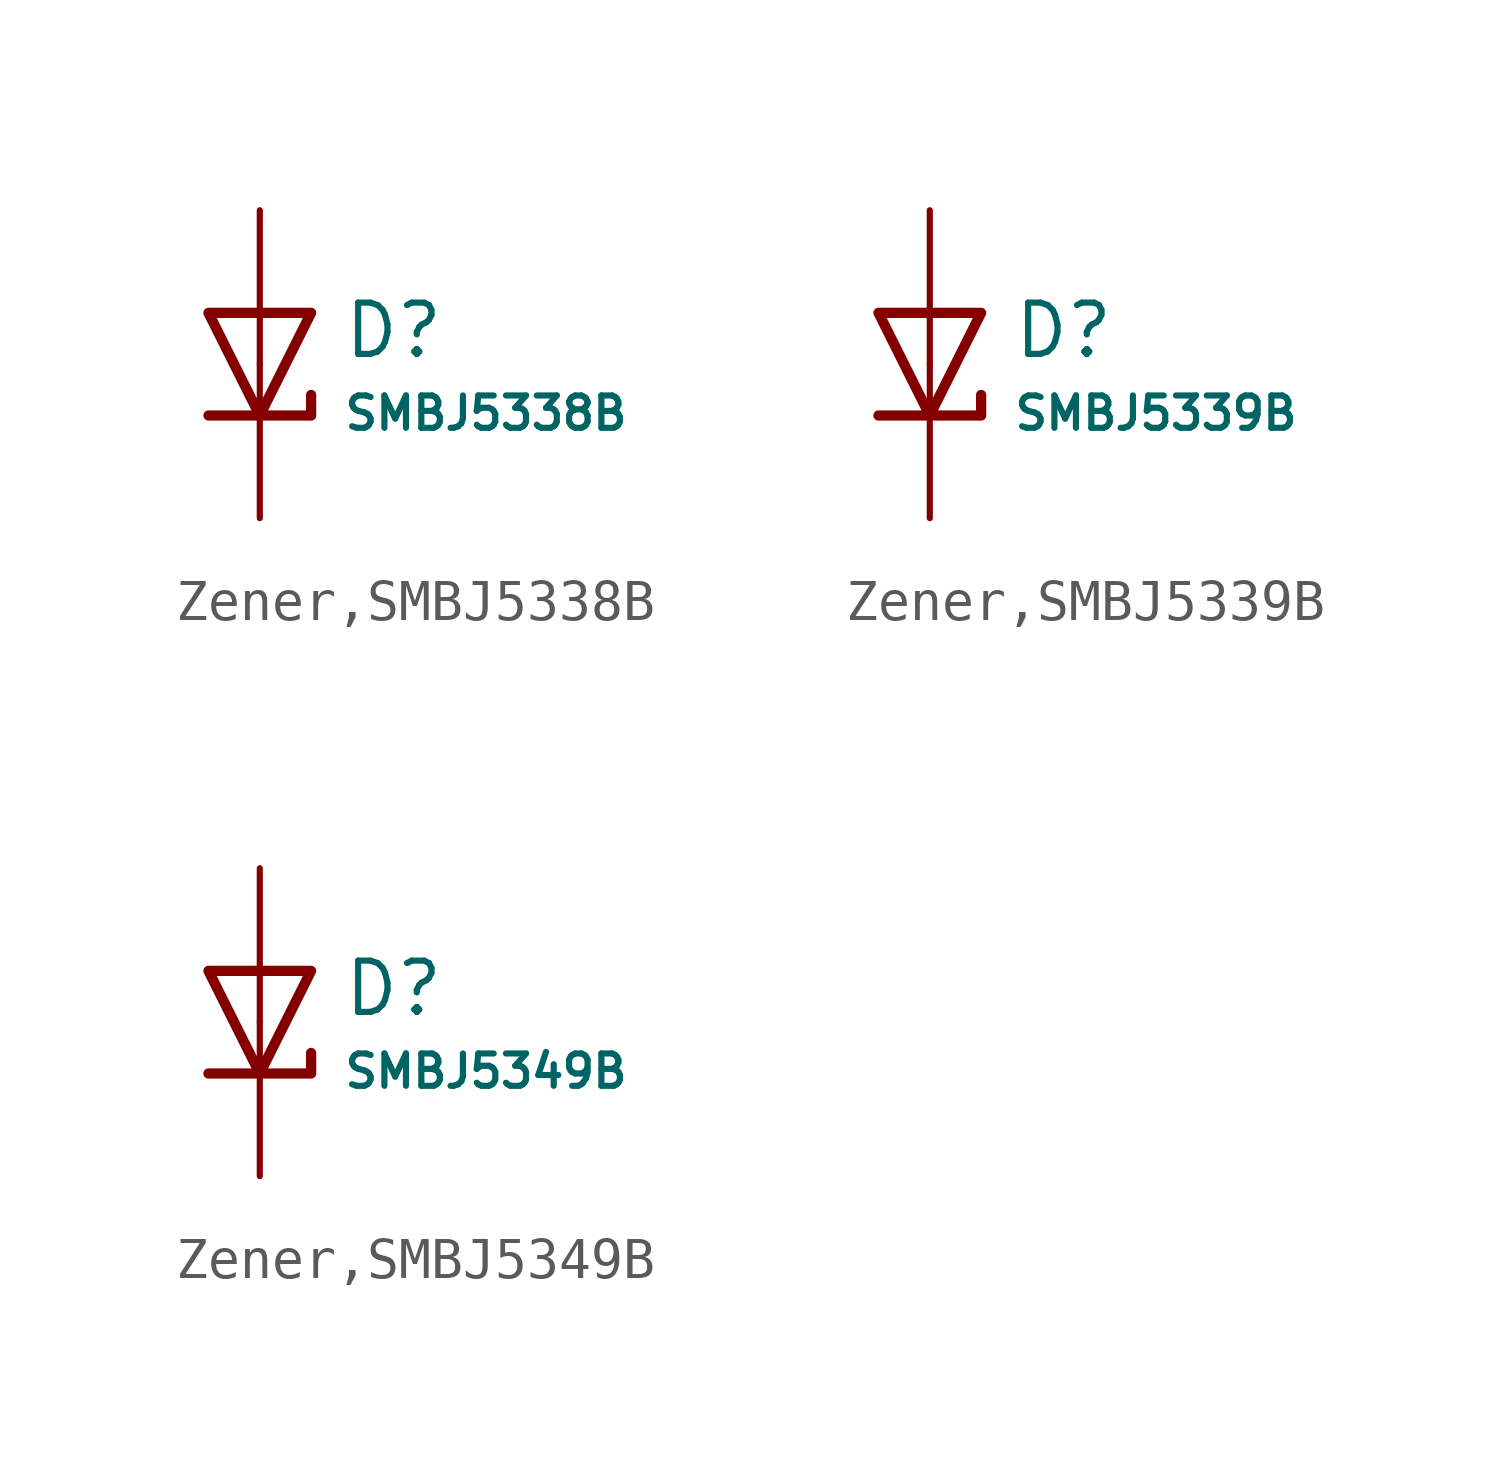
<source format=kicad_sym>
(kicad_symbol_lib
  (version 20231120)
  (generator "CDFER")
  (generator_version "8.0")
  (symbol "Zener,SMBJ5338B"
    (pin_numbers hide)
    (pin_names
      (offset 0))
    (property "Reference" "D"
      (at 2.032 0.834 0)
      (effects (font (size 1.27 1.27)) (justify left)))
    (property "Value" "SMBJ5338B"
      (at 2.032 -1.212 0)
      (effects (font (size 0.8 0.8)) (justify left)))
    (symbol "Zener,SMBJ5338B_0_1"
      (polyline (pts (xy -1.27 1.27) (xy 0.00 -1.27) (xy 1.27 1.27) (xy -1.27 1.27)) (stroke (width 0.254) (type default)) (fill (type none))))
    (symbol "Zener,SMBJ5338B_0_1"
      (polyline (pts (xy -1.27 -1.27) (xy 1.27 -1.27) (xy 1.27 -0.762)) (stroke (width 0.254) (type default)) (fill (type none))))
    (symbol "Zener,SMBJ5338B_1_1"
      (pin passive line (at 0 3.81 270) (length 3.81) (name "~" (effects (font (size 1.27 1.27)))) (number "2" (effects (font (size 1.27 1.27)))))
      (pin passive line (at 0 -3.81 90) (length 3.81) (name "~" (effects (font (size 1.27 1.27)))) (number "1" (effects (font (size 1.27 1.27)))))))
  (symbol "Zener,SMBJ5339B"
    (pin_numbers hide)
    (pin_names
      (offset 0))
    (property "Reference" "D"
      (at 2.032 0.834 0)
      (effects (font (size 1.27 1.27)) (justify left)))
    (property "Value" "SMBJ5339B"
      (at 2.032 -1.212 0)
      (effects (font (size 0.8 0.8)) (justify left)))
    (symbol "Zener,SMBJ5339B_0_1"
      (polyline (pts (xy -1.27 1.27) (xy 0.00 -1.27) (xy 1.27 1.27) (xy -1.27 1.27)) (stroke (width 0.254) (type default)) (fill (type none))))
    (symbol "Zener,SMBJ5339B_0_1"
      (polyline (pts (xy -1.27 -1.27) (xy 1.27 -1.27) (xy 1.27 -0.762)) (stroke (width 0.254) (type default)) (fill (type none))))
    (symbol "Zener,SMBJ5339B_1_1"
      (pin passive line (at 0 3.81 270) (length 3.81) (name "~" (effects (font (size 1.27 1.27)))) (number "2" (effects (font (size 1.27 1.27)))))
      (pin passive line (at 0 -3.81 90) (length 3.81) (name "~" (effects (font (size 1.27 1.27)))) (number "1" (effects (font (size 1.27 1.27)))))))
  (symbol "Zener,SMBJ5349B"
    (pin_numbers hide)
    (pin_names
      (offset 0))
    (property "Reference" "D"
      (at 2.032 0.834 0)
      (effects (font (size 1.27 1.27)) (justify left)))
    (property "Value" "SMBJ5349B"
      (at 2.032 -1.212 0)
      (effects (font (size 0.8 0.8)) (justify left)))
    (symbol "Zener,SMBJ5349B_0_1"
      (polyline (pts (xy -1.27 1.27) (xy 0.00 -1.27) (xy 1.27 1.27) (xy -1.27 1.27)) (stroke (width 0.254) (type default)) (fill (type none))))
    (symbol "Zener,SMBJ5349B_0_1"
      (polyline (pts (xy -1.27 -1.27) (xy 1.27 -1.27) (xy 1.27 -0.762)) (stroke (width 0.254) (type default)) (fill (type none))))
    (symbol "Zener,SMBJ5349B_1_1"
      (pin passive line (at 0 3.81 270) (length 3.81) (name "~" (effects (font (size 1.27 1.27)))) (number "2" (effects (font (size 1.27 1.27)))))
      (pin passive line (at 0 -3.81 90) (length 3.81) (name "~" (effects (font (size 1.27 1.27)))) (number "1" (effects (font (size 1.27 1.27))))))))
</source>
